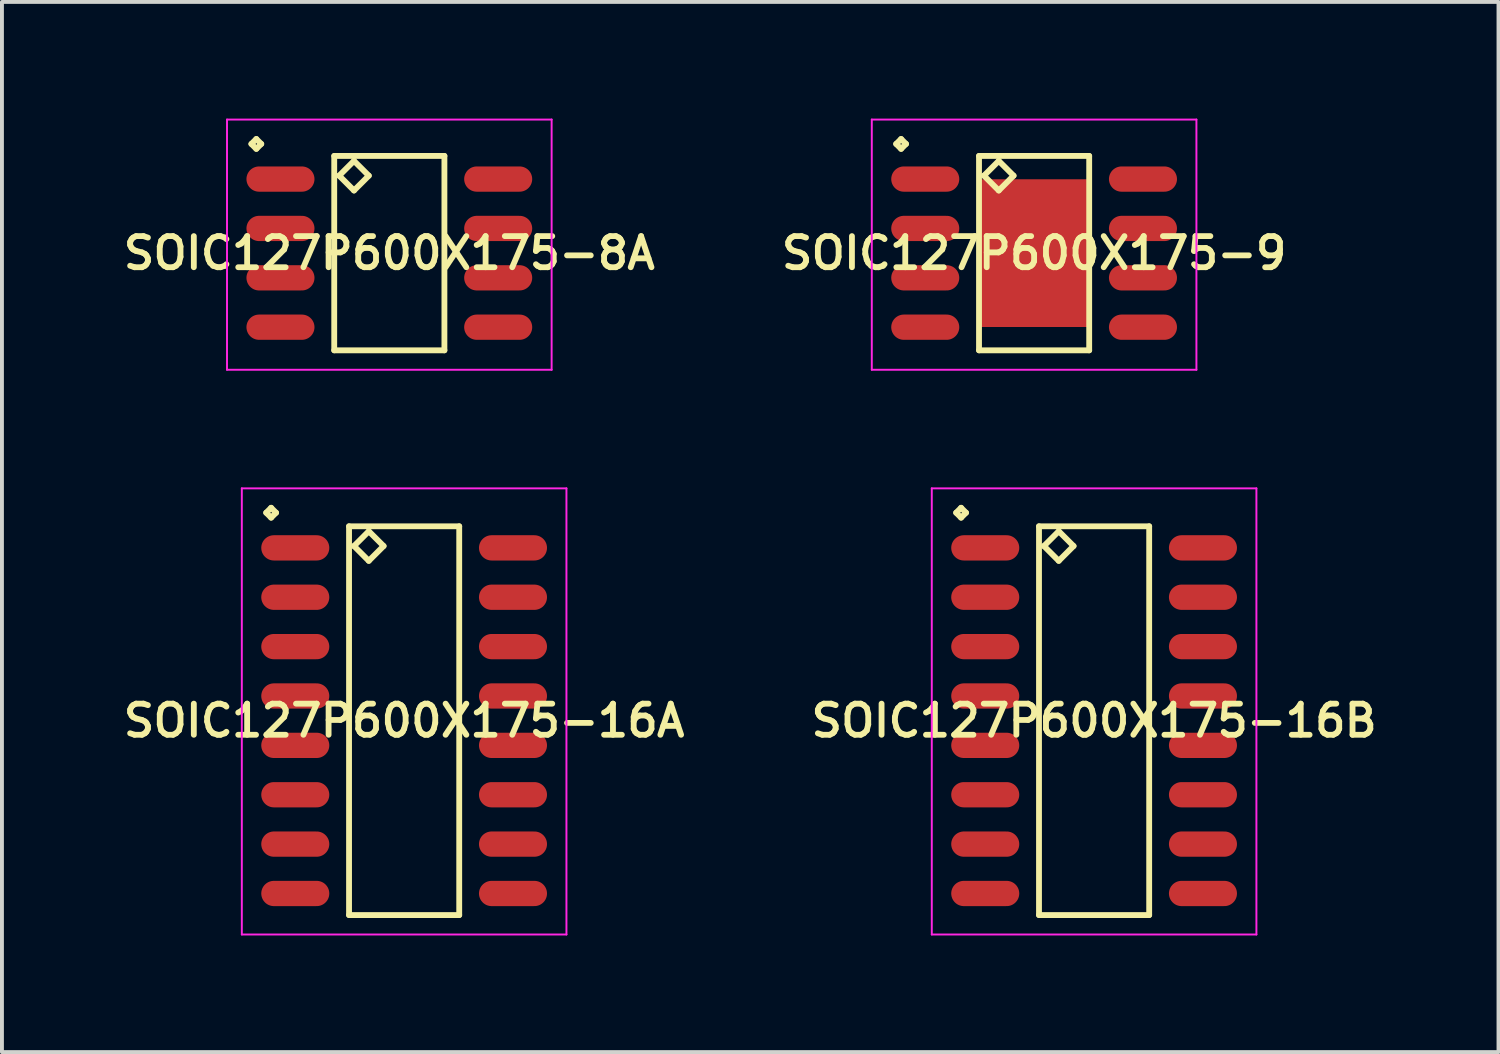
<source format=kicad_pcb>
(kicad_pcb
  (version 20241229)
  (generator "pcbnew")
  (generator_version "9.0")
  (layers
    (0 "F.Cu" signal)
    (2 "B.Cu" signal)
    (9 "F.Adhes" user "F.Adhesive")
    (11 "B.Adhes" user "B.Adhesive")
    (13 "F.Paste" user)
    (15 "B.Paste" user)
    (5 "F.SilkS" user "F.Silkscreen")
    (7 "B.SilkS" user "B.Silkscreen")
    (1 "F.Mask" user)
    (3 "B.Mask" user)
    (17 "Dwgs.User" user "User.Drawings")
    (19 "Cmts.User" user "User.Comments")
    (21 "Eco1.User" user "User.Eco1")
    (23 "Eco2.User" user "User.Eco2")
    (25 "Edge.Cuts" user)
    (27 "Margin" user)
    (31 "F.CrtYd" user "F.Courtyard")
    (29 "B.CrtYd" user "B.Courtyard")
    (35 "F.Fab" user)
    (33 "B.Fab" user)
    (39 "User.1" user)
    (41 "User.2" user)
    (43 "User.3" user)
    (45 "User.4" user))
  (footprint "SOIC127P600X175-8A"
    (layer "F.Cu")
    (at 6.964 3.461)
    (property "Reference" "SOIC127P600X175-8A" (at 0 0 0) (layer "F.SilkS") (effects (font (size 0.8 0.8) (thickness 0.15))))
    (attr smd)
    (fp_line (start -3.548 -2.809) (end -3.421 -2.936) (stroke (width 0.15) (type solid)) (layer "F.SilkS"))
    (fp_line (start -3.421 -2.936) (end -3.294 -2.809) (stroke (width 0.15) (type solid)) (layer "F.SilkS"))
    (fp_line (start -3.421 -2.682) (end -3.548 -2.809) (stroke (width 0.15) (type solid)) (layer "F.SilkS"))
    (fp_line (start -3.294 -2.809) (end -3.421 -2.682) (stroke (width 0.15) (type solid)) (layer "F.SilkS"))
    (fp_line (start -1.417 -2.5) (end -1.417 2.5) (stroke (width 0.15) (type solid)) (layer "F.SilkS"))
    (fp_line (start -1.417 2.5) (end 1.417 2.5) (stroke (width 0.15) (type solid)) (layer "F.SilkS"))
    (fp_line (start -1.29 -1.992) (end -0.909 -2.373) (stroke (width 0.15) (type solid)) (layer "F.SilkS"))
    (fp_line (start -0.909 -2.373) (end -0.528 -1.992) (stroke (width 0.15) (type solid)) (layer "F.SilkS"))
    (fp_line (start -0.909 -1.611) (end -1.29 -1.992) (stroke (width 0.15) (type solid)) (layer "F.SilkS"))
    (fp_line (start -0.528 -1.992) (end -0.909 -1.611) (stroke (width 0.15) (type solid)) (layer "F.SilkS"))
    (fp_line (start 1.417 -2.5) (end -1.417 -2.5) (stroke (width 0.15) (type solid)) (layer "F.SilkS"))
    (fp_line (start 1.417 2.5) (end 1.417 -2.5) (stroke (width 0.15) (type solid)) (layer "F.SilkS"))
    (fp_line (start -4.175 -3.436) (end 4.175 -3.436) (stroke (width 0.05) (type solid)) (layer "F.CrtYd"))
    (fp_line (start -4.175 3) (end -4.175 -3.436) (stroke (width 0.05) (type solid)) (layer "F.CrtYd"))
    (fp_line (start 4.175 -3.436) (end 4.175 3) (stroke (width 0.05) (type solid)) (layer "F.CrtYd"))
    (fp_line (start 4.175 3) (end -4.175 3) (stroke (width 0.05) (type solid)) (layer "F.CrtYd"))
    (pad "1" smd oval (at -2.8 -1.905) (size 1.75 0.65) (layers "F.Cu" "F.Mask" "F.Paste"))
    (pad "2" smd oval (at -2.8 -0.635) (size 1.75 0.65) (layers "F.Cu" "F.Mask" "F.Paste"))
    (pad "3" smd oval (at -2.8 0.635) (size 1.75 0.65) (layers "F.Cu" "F.Mask" "F.Paste"))
    (pad "4" smd oval (at -2.8 1.905) (size 1.75 0.65) (layers "F.Cu" "F.Mask" "F.Paste"))
    (pad "5" smd oval (at 2.8 1.905) (size 1.75 0.65) (layers "F.Cu" "F.Mask" "F.Paste"))
    (pad "6" smd oval (at 2.8 0.635) (size 1.75 0.65) (layers "F.Cu" "F.Mask" "F.Paste"))
    (pad "7" smd oval (at 2.8 -0.635) (size 1.75 0.65) (layers "F.Cu" "F.Mask" "F.Paste"))
    (pad "8" smd oval (at 2.8 -1.905) (size 1.75 0.65) (layers "F.Cu" "F.Mask" "F.Paste")))
  (footprint "SOIC127P600X175-9"
    (layer "F.Cu")
    (at 23.549 3.461)
    (property "Reference" "SOIC127P600X175-9" (at 0 0 0) (layer "F.SilkS") (effects (font (size 0.8 0.8) (thickness 0.15))))
    (attr smd)
    (fp_line (start -3.548 -2.809) (end -3.421 -2.936) (stroke (width 0.15) (type solid)) (layer "F.SilkS"))
    (fp_line (start -3.421 -2.936) (end -3.294 -2.809) (stroke (width 0.15) (type solid)) (layer "F.SilkS"))
    (fp_line (start -3.421 -2.682) (end -3.548 -2.809) (stroke (width 0.15) (type solid)) (layer "F.SilkS"))
    (fp_line (start -3.294 -2.809) (end -3.421 -2.682) (stroke (width 0.15) (type solid)) (layer "F.SilkS"))
    (fp_line (start -1.417 -2.5) (end -1.417 2.5) (stroke (width 0.15) (type solid)) (layer "F.SilkS"))
    (fp_line (start -1.417 2.5) (end 1.417 2.5) (stroke (width 0.15) (type solid)) (layer "F.SilkS"))
    (fp_line (start -1.29 -1.992) (end -0.909 -2.373) (stroke (width 0.15) (type solid)) (layer "F.SilkS"))
    (fp_line (start -0.909 -2.373) (end -0.528 -1.992) (stroke (width 0.15) (type solid)) (layer "F.SilkS"))
    (fp_line (start -0.909 -1.611) (end -1.29 -1.992) (stroke (width 0.15) (type solid)) (layer "F.SilkS"))
    (fp_line (start -0.528 -1.992) (end -0.909 -1.611) (stroke (width 0.15) (type solid)) (layer "F.SilkS"))
    (fp_line (start 1.417 -2.5) (end -1.417 -2.5) (stroke (width 0.15) (type solid)) (layer "F.SilkS"))
    (fp_line (start 1.417 2.5) (end 1.417 -2.5) (stroke (width 0.15) (type solid)) (layer "F.SilkS"))
    (fp_line (start -4.175 -3.436) (end 4.175 -3.436) (stroke (width 0.05) (type solid)) (layer "F.CrtYd"))
    (fp_line (start -4.175 3) (end -4.175 -3.436) (stroke (width 0.05) (type solid)) (layer "F.CrtYd"))
    (fp_line (start 4.175 -3.436) (end 4.175 3) (stroke (width 0.05) (type solid)) (layer "F.CrtYd"))
    (fp_line (start 4.175 3) (end -4.175 3) (stroke (width 0.05) (type solid)) (layer "F.CrtYd"))
    (pad "1" smd oval (at -2.8 -1.905) (size 1.75 0.65) (layers "F.Cu" "F.Mask" "F.Paste"))
    (pad "2" smd oval (at -2.8 -0.635) (size 1.75 0.65) (layers "F.Cu" "F.Mask" "F.Paste"))
    (pad "3" smd oval (at -2.8 0.635) (size 1.75 0.65) (layers "F.Cu" "F.Mask" "F.Paste"))
    (pad "4" smd oval (at -2.8 1.905) (size 1.75 0.65) (layers "F.Cu" "F.Mask" "F.Paste"))
    (pad "5" smd oval (at 2.8 1.905) (size 1.75 0.65) (layers "F.Cu" "F.Mask" "F.Paste"))
    (pad "6" smd oval (at 2.8 0.635) (size 1.75 0.65) (layers "F.Cu" "F.Mask" "F.Paste"))
    (pad "7" smd oval (at 2.8 -0.635) (size 1.75 0.65) (layers "F.Cu" "F.Mask" "F.Paste"))
    (pad "8" smd oval (at 2.8 -1.905) (size 1.75 0.65) (layers "F.Cu" "F.Mask" "F.Paste"))
    (pad "9" smd rect (at 0 0) (size 2.75 3.8) (layers "F.Cu" "F.Mask" "F.Paste")))
  (footprint "SOIC127P600X175-16B"
    (layer "F.Cu")
    (at 25.092 15.487)
    (property "Reference" "SOIC127P600X175-16B" (at 0 0 0) (layer "F.SilkS") (effects (font (size 0.8 0.8) (thickness 0.15))))
    (attr smd)
    (fp_line (start -3.548 -5.349) (end -3.421 -5.476) (stroke (width 0.15) (type solid)) (layer "F.SilkS"))
    (fp_line (start -3.421 -5.476) (end -3.294 -5.349) (stroke (width 0.15) (type solid)) (layer "F.SilkS"))
    (fp_line (start -3.421 -5.222) (end -3.548 -5.349) (stroke (width 0.15) (type solid)) (layer "F.SilkS"))
    (fp_line (start -3.294 -5.349) (end -3.421 -5.222) (stroke (width 0.15) (type solid)) (layer "F.SilkS"))
    (fp_line (start -1.417 -5) (end -1.417 5) (stroke (width 0.15) (type solid)) (layer "F.SilkS"))
    (fp_line (start -1.417 5) (end 1.417 5) (stroke (width 0.15) (type solid)) (layer "F.SilkS"))
    (fp_line (start -1.29 -4.492) (end -0.909 -4.873) (stroke (width 0.15) (type solid)) (layer "F.SilkS"))
    (fp_line (start -0.909 -4.873) (end -0.528 -4.492) (stroke (width 0.15) (type solid)) (layer "F.SilkS"))
    (fp_line (start -0.909 -4.111) (end -1.29 -4.492) (stroke (width 0.15) (type solid)) (layer "F.SilkS"))
    (fp_line (start -0.528 -4.492) (end -0.909 -4.111) (stroke (width 0.15) (type solid)) (layer "F.SilkS"))
    (fp_line (start 1.417 -5) (end -1.417 -5) (stroke (width 0.15) (type solid)) (layer "F.SilkS"))
    (fp_line (start 1.417 5) (end 1.417 -5) (stroke (width 0.15) (type solid)) (layer "F.SilkS"))
    (fp_line (start -4.175 -5.976) (end 4.175 -5.976) (stroke (width 0.05) (type solid)) (layer "F.CrtYd"))
    (fp_line (start -4.175 5.5) (end -4.175 -5.976) (stroke (width 0.05) (type solid)) (layer "F.CrtYd"))
    (fp_line (start 4.175 -5.976) (end 4.175 5.5) (stroke (width 0.05) (type solid)) (layer "F.CrtYd"))
    (fp_line (start 4.175 5.5) (end -4.175 5.5) (stroke (width 0.05) (type solid)) (layer "F.CrtYd"))
    (pad "1" smd oval (at -2.8 -4.445) (size 1.75 0.65) (layers "F.Cu" "F.Mask" "F.Paste"))
    (pad "2" smd oval (at -2.8 -3.175) (size 1.75 0.65) (layers "F.Cu" "F.Mask" "F.Paste"))
    (pad "3" smd oval (at -2.8 -1.905) (size 1.75 0.65) (layers "F.Cu" "F.Mask" "F.Paste"))
    (pad "4" smd oval (at -2.8 -0.635) (size 1.75 0.65) (layers "F.Cu" "F.Mask" "F.Paste"))
    (pad "5" smd oval (at -2.8 0.635) (size 1.75 0.65) (layers "F.Cu" "F.Mask" "F.Paste"))
    (pad "6" smd oval (at -2.8 1.905) (size 1.75 0.65) (layers "F.Cu" "F.Mask" "F.Paste"))
    (pad "7" smd oval (at -2.8 3.175) (size 1.75 0.65) (layers "F.Cu" "F.Mask" "F.Paste"))
    (pad "8" smd oval (at -2.8 4.445) (size 1.75 0.65) (layers "F.Cu" "F.Mask" "F.Paste"))
    (pad "9" smd oval (at 2.8 4.445) (size 1.75 0.65) (layers "F.Cu" "F.Mask" "F.Paste"))
    (pad "10" smd oval (at 2.8 3.175) (size 1.75 0.65) (layers "F.Cu" "F.Mask" "F.Paste"))
    (pad "11" smd oval (at 2.8 1.905) (size 1.75 0.65) (layers "F.Cu" "F.Mask" "F.Paste"))
    (pad "12" smd oval (at 2.8 0.635) (size 1.75 0.65) (layers "F.Cu" "F.Mask" "F.Paste"))
    (pad "13" smd oval (at 2.8 -0.635) (size 1.75 0.65) (layers "F.Cu" "F.Mask" "F.Paste"))
    (pad "14" smd oval (at 2.8 -1.905) (size 1.75 0.65) (layers "F.Cu" "F.Mask" "F.Paste"))
    (pad "15" smd oval (at 2.8 -3.175) (size 1.75 0.65) (layers "F.Cu" "F.Mask" "F.Paste"))
    (pad "16" smd oval (at 2.8 -4.445) (size 1.75 0.65) (layers "F.Cu" "F.Mask" "F.Paste")))
  (footprint "SOIC127P600X175-16A"
    (layer "F.Cu")
    (at 7.345 15.487)
    (property "Reference" "SOIC127P600X175-16A" (at 0 0 0) (layer "F.SilkS") (effects (font (size 0.8 0.8) (thickness 0.15))))
    (attr smd)
    (fp_line (start -3.548 -5.349) (end -3.421 -5.476) (stroke (width 0.15) (type solid)) (layer "F.SilkS"))
    (fp_line (start -3.421 -5.476) (end -3.294 -5.349) (stroke (width 0.15) (type solid)) (layer "F.SilkS"))
    (fp_line (start -3.421 -5.222) (end -3.548 -5.349) (stroke (width 0.15) (type solid)) (layer "F.SilkS"))
    (fp_line (start -3.294 -5.349) (end -3.421 -5.222) (stroke (width 0.15) (type solid)) (layer "F.SilkS"))
    (fp_line (start -1.417 -5) (end -1.417 5) (stroke (width 0.15) (type solid)) (layer "F.SilkS"))
    (fp_line (start -1.417 5) (end 1.417 5) (stroke (width 0.15) (type solid)) (layer "F.SilkS"))
    (fp_line (start -1.29 -4.492) (end -0.909 -4.873) (stroke (width 0.15) (type solid)) (layer "F.SilkS"))
    (fp_line (start -0.909 -4.873) (end -0.528 -4.492) (stroke (width 0.15) (type solid)) (layer "F.SilkS"))
    (fp_line (start -0.909 -4.111) (end -1.29 -4.492) (stroke (width 0.15) (type solid)) (layer "F.SilkS"))
    (fp_line (start -0.528 -4.492) (end -0.909 -4.111) (stroke (width 0.15) (type solid)) (layer "F.SilkS"))
    (fp_line (start 1.417 -5) (end -1.417 -5) (stroke (width 0.15) (type solid)) (layer "F.SilkS"))
    (fp_line (start 1.417 5) (end 1.417 -5) (stroke (width 0.15) (type solid)) (layer "F.SilkS"))
    (fp_line (start -4.175 -5.976) (end 4.175 -5.976) (stroke (width 0.05) (type solid)) (layer "F.CrtYd"))
    (fp_line (start -4.175 5.5) (end -4.175 -5.976) (stroke (width 0.05) (type solid)) (layer "F.CrtYd"))
    (fp_line (start 4.175 -5.976) (end 4.175 5.5) (stroke (width 0.05) (type solid)) (layer "F.CrtYd"))
    (fp_line (start 4.175 5.5) (end -4.175 5.5) (stroke (width 0.05) (type solid)) (layer "F.CrtYd"))
    (pad "1" smd oval (at -2.8 -4.445) (size 1.75 0.65) (layers "F.Cu" "F.Mask" "F.Paste"))
    (pad "2" smd oval (at -2.8 -3.175) (size 1.75 0.65) (layers "F.Cu" "F.Mask" "F.Paste"))
    (pad "3" smd oval (at -2.8 -1.905) (size 1.75 0.65) (layers "F.Cu" "F.Mask" "F.Paste"))
    (pad "4" smd oval (at -2.8 -0.635) (size 1.75 0.65) (layers "F.Cu" "F.Mask" "F.Paste"))
    (pad "5" smd oval (at -2.8 0.635) (size 1.75 0.65) (layers "F.Cu" "F.Mask" "F.Paste"))
    (pad "6" smd oval (at -2.8 1.905) (size 1.75 0.65) (layers "F.Cu" "F.Mask" "F.Paste"))
    (pad "7" smd oval (at -2.8 3.175) (size 1.75 0.65) (layers "F.Cu" "F.Mask" "F.Paste"))
    (pad "8" smd oval (at -2.8 4.445) (size 1.75 0.65) (layers "F.Cu" "F.Mask" "F.Paste"))
    (pad "9" smd oval (at 2.8 4.445) (size 1.75 0.65) (layers "F.Cu" "F.Mask" "F.Paste"))
    (pad "10" smd oval (at 2.8 3.175) (size 1.75 0.65) (layers "F.Cu" "F.Mask" "F.Paste"))
    (pad "11" smd oval (at 2.8 1.905) (size 1.75 0.65) (layers "F.Cu" "F.Mask" "F.Paste"))
    (pad "12" smd oval (at 2.8 0.635) (size 1.75 0.65) (layers "F.Cu" "F.Mask" "F.Paste"))
    (pad "13" smd oval (at 2.8 -0.635) (size 1.75 0.65) (layers "F.Cu" "F.Mask" "F.Paste"))
    (pad "14" smd oval (at 2.8 -1.905) (size 1.75 0.65) (layers "F.Cu" "F.Mask" "F.Paste"))
    (pad "15" smd oval (at 2.8 -3.175) (size 1.75 0.65) (layers "F.Cu" "F.Mask" "F.Paste"))
    (pad "16" smd oval (at 2.8 -4.445) (size 1.75 0.65) (layers "F.Cu" "F.Mask" "F.Paste")))
  (gr_rect
    (start -3 -3)
    (end 35.494 24.012)
    (stroke (width 0.1) (type default))
    (fill no)
    (layer "Edge.Cuts")))
</source>
